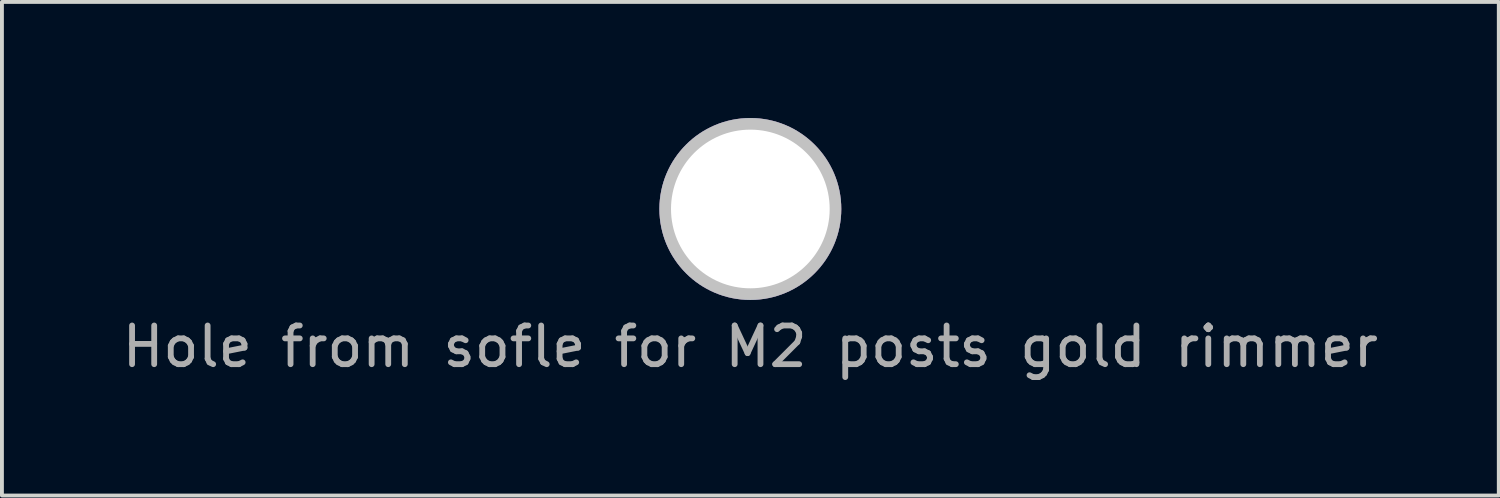
<source format=kicad_pcb>
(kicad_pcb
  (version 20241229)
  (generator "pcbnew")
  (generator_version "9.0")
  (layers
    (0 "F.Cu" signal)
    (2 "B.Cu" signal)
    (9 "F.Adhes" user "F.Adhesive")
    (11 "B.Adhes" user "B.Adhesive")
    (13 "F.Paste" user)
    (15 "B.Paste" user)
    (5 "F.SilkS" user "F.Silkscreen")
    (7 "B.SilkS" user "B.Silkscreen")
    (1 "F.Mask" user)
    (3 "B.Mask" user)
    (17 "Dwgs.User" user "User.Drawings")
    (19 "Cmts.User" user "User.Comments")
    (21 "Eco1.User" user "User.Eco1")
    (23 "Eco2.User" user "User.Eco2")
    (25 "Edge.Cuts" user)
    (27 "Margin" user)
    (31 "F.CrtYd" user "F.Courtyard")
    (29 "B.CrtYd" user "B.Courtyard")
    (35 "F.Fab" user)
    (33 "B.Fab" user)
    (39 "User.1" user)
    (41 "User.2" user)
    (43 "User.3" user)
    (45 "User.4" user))
  (footprint "Hole from sofle for M2 posts gold rimmer"
    (layer "F.Cu")
    (at 16.339 2.35)
    (property "Reference" "Hole from sofle for M2 posts gold rimmer" (at 0 3.556 0) (unlocked yes) (layer "F.Fab") (effects (font (size 1 1) (thickness 0.15))))
    (attr through_hole exclude_from_pos_files)
    (fp_circle (center 0 0) (end 1.1 0) (stroke (width 0.1) (type solid)) (fill no) (layer "User.3"))
    (fp_circle (center 0 0) (end 1.1 0) (stroke (width 0.1) (type solid)) (fill no) (layer "User.4"))
    (fp_circle (center 0 0) (end 1.1 0) (stroke (width 0.1) (type solid)) (fill no) (layer "User.5"))
    (fp_circle (center 0 0) (end 2.2 0) (stroke (width 0.15) (type default)) (fill no) (layer "User.6"))
    (fp_circle (center 0 0) (end 2.2 0) (stroke (width 0.15) (type default)) (fill no) (layer "User.9"))
    (fp_circle (center 0 0) (end 2.2 0) (stroke (width 0.15) (type default)) (fill no) (layer "User.10"))
    (pad "" thru_hole circle (at 0 0 90) (size 4.7 4.7) (drill 4.1) (layers "*.Cu" "*.Mask" "Dwgs.User")))
  (gr_rect
    (start -3 -3)
    (end 35.679 9.754)
    (stroke (width 0.1) (type default))
    (fill no)
    (layer "Edge.Cuts")))
</source>
